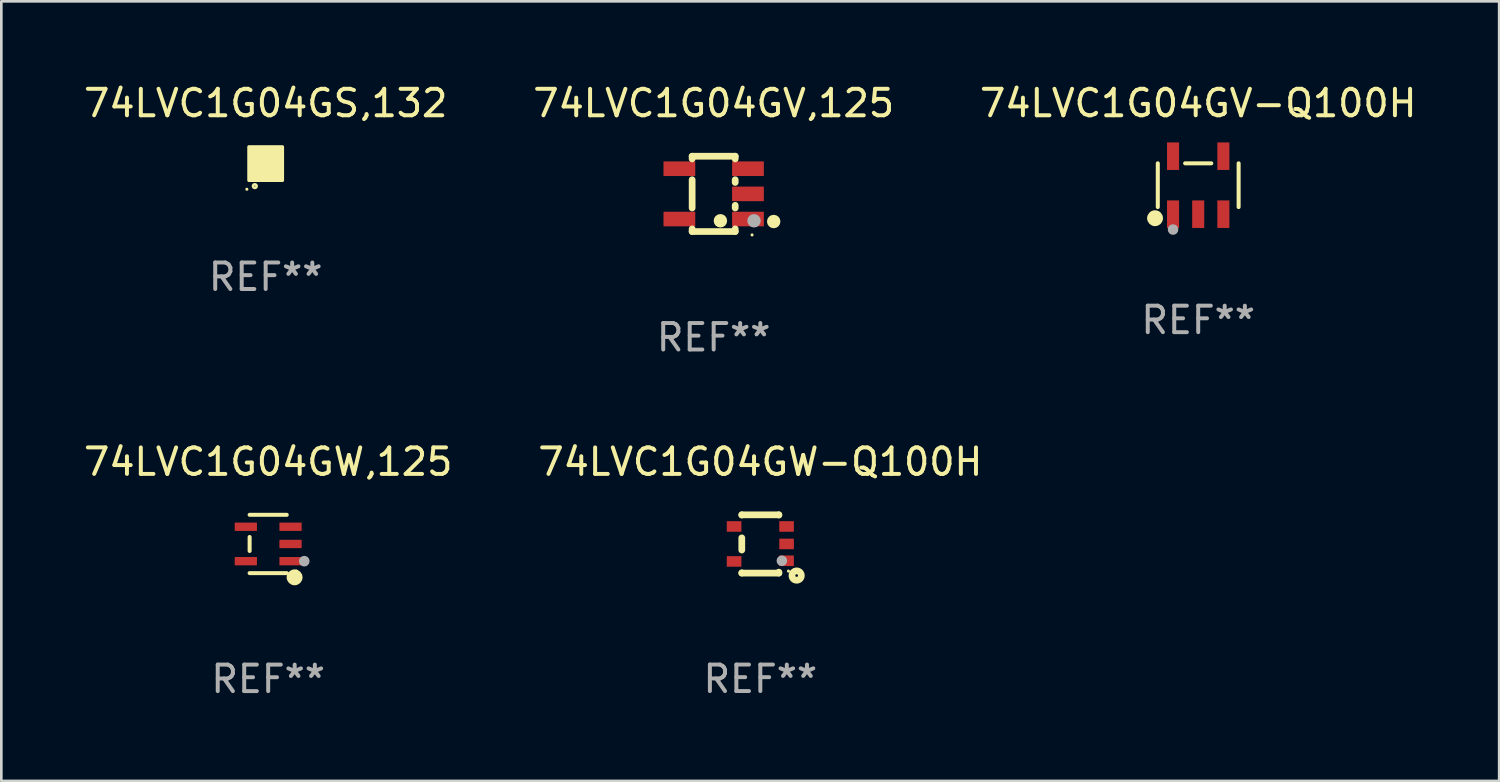
<source format=kicad_pcb>
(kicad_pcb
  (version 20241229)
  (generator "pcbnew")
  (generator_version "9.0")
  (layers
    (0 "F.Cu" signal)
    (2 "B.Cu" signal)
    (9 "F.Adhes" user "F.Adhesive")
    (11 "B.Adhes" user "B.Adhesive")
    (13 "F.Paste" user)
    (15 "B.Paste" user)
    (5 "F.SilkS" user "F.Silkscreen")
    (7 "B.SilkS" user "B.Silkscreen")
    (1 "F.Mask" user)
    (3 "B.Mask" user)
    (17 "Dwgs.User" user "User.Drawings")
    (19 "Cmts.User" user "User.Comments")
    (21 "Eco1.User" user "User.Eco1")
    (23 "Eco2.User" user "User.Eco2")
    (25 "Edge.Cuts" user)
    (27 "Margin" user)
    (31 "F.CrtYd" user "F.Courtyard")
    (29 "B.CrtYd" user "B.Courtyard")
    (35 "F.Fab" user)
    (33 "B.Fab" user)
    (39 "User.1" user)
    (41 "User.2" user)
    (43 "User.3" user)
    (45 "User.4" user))
  (footprint "74LVC1G04GV-Q100H"
    (layer "F.Cu")
    (at 42.196 3.943)
    (property "Reference" "74LVC1G04GV-Q100H" (at 0 -3.095 0) (layer "F.SilkS") (effects (font (size 1 1) (thickness 0.15))))
    (attr through_hole)
    (fp_line (start -1.526 0.826) (end -1.526 -0.826) (stroke (width 0.152) (type solid)) (layer "F.SilkS"))
    (fp_line (start 0.494 -0.826) (end -0.494 -0.826) (stroke (width 0.152) (type solid)) (layer "F.SilkS"))
    (fp_line (start 1.526 0.826) (end 1.526 -0.826) (stroke (width 0.152) (type solid)) (layer "F.SilkS"))
    (fp_circle (center -1.63 1.247) (end -1.48 1.247) (stroke (width 0.3) (type solid)) (fill no) (layer "F.SilkS"))
    (fp_circle (center -1.45 1.375) (end -1.42 1.375) (stroke (width 0.06) (type solid)) (fill no) (layer "F.SilkS"))
    (fp_circle (center -0.95 1.675) (end -0.85 1.675) (stroke (width 0.2) (type solid)) (fill no) (layer "F.Fab"))
    (fp_text user "REF**" (at 0 5.095 0) (layer "F.Fab") (effects (font (size 1 1) (thickness 0.15))))
    (pad "1" smd rect (at -0.95 1.095) (size 0.455 1.04) (layers "F.Cu" "F.Mask" "F.Paste"))
    (pad "2" smd rect (at 0 1.095) (size 0.455 1.04) (layers "F.Cu" "F.Mask" "F.Paste"))
    (pad "3" smd rect (at 0.95 1.095) (size 0.455 1.04) (layers "F.Cu" "F.Mask" "F.Paste"))
    (pad "4" smd rect (at 0.95 -1.095) (size 0.455 1.04) (layers "F.Cu" "F.Mask" "F.Paste"))
    (pad "5" smd rect (at -0.95 -1.095) (size 0.455 1.04) (layers "F.Cu" "F.Mask" "F.Paste")))
  (footprint "74LVC1G04GW-Q100H"
    (layer "F.Cu")
    (at 25.661 17.49)
    (property "Reference" "74LVC1G04GW-Q100H" (at 0 -3.1 0) (layer "F.SilkS") (effects (font (size 1 1) (thickness 0.15))))
    (attr through_hole)
    (fp_line (start -0.7 -1.1) (end 0.7 -1.1) (stroke (width 0.254) (type solid)) (layer "F.SilkS"))
    (fp_line (start -0.7 -1.09) (end -0.7 -1.1) (stroke (width 0.254) (type solid)) (layer "F.SilkS"))
    (fp_line (start -0.7 0.23) (end -0.7 -0.23) (stroke (width 0.254) (type solid)) (layer "F.SilkS"))
    (fp_line (start -0.7 1.1) (end -0.7 1.09) (stroke (width 0.254) (type solid)) (layer "F.SilkS"))
    (fp_line (start -0.7 1.1) (end 0.7 1.1) (stroke (width 0.254) (type solid)) (layer "F.SilkS"))
    (fp_line (start 0.7 -1.09) (end 0.7 -1.1) (stroke (width 0.254) (type solid)) (layer "F.SilkS"))
    (fp_line (start 0.7 1.1) (end 0.7 1.065) (stroke (width 0.254) (type solid)) (layer "F.SilkS"))
    (fp_circle (center 1.062 1.025) (end 1.092 1.025) (stroke (width 0.06) (type solid)) (fill no) (layer "F.SilkS"))
    (fp_circle (center 1.372 1.194) (end 1.422 1.194) (stroke (width 0.254) (type solid)) (fill no) (layer "F.SilkS"))
    (fp_circle (center 0.813 0.635) (end 0.913 0.635) (stroke (width 0.2) (type solid)) (fill no) (layer "F.Fab"))
    (fp_text user "REF**" (at 0 5.1 0) (layer "F.Fab") (effects (font (size 1 1) (thickness 0.15))))
    (pad "1" smd rect (at 0.991 0.635 270) (size 0.399 0.551) (layers "F.Cu" "F.Mask" "F.Paste"))
    (pad "2" smd rect (at 0.991 0.000051 270) (size 0.399 0.551) (layers "F.Cu" "F.Mask" "F.Paste"))
    (pad "3" smd rect (at 0.991 -0.66 270) (size 0.399 0.551) (layers "F.Cu" "F.Mask" "F.Paste"))
    (pad "4" smd rect (at -0.991 -0.66 270) (size 0.399 0.551) (layers "F.Cu" "F.Mask" "F.Paste"))
    (pad "5" smd rect (at -0.991 0.66 270) (size 0.399 0.551) (layers "F.Cu" "F.Mask" "F.Paste")))
  (footprint "74LVC1G04GW,125"
    (layer "F.Cu")
    (at 7.077 17.491)
    (property "Reference" "74LVC1G04GW,125" (at 0 -3.101 0) (layer "F.SilkS") (effects (font (size 1 1) (thickness 0.15))))
    (attr through_hole)
    (fp_line (start -0.701 -0.264) (end -0.701 0.264) (stroke (width 0.152) (type solid)) (layer "F.SilkS"))
    (fp_line (start 0.701 -1.101) (end -0.701 -1.101) (stroke (width 0.152) (type solid)) (layer "F.SilkS"))
    (fp_line (start 0.701 1.101) (end -0.701 1.101) (stroke (width 0.152) (type solid)) (layer "F.SilkS"))
    (fp_circle (center 0.997 1.26) (end 1.147 1.26) (stroke (width 0.3) (type solid)) (fill no) (layer "F.SilkS"))
    (fp_circle (center 1.063 1.025) (end 1.093 1.025) (stroke (width 0.06) (type solid)) (fill no) (layer "F.SilkS"))
    (fp_circle (center 1.362 0.65) (end 1.463 0.65) (stroke (width 0.2) (type solid)) (fill no) (layer "F.Fab"))
    (fp_text user "REF**" (at 0 5.101 0) (layer "F.Fab") (effects (font (size 1 1) (thickness 0.15))))
    (pad "1" smd rect (at 0.844 0.65) (size 0.839 0.315) (layers "F.Cu" "F.Mask" "F.Paste"))
    (pad "2" smd rect (at 0.844 0) (size 0.839 0.315) (layers "F.Cu" "F.Mask" "F.Paste"))
    (pad "3" smd rect (at 0.844 -0.65) (size 0.839 0.315) (layers "F.Cu" "F.Mask" "F.Paste"))
    (pad "4" smd rect (at -0.844 -0.65) (size 0.839 0.315) (layers "F.Cu" "F.Mask" "F.Paste"))
    (pad "5" smd rect (at -0.844 0.65) (size 0.839 0.315) (layers "F.Cu" "F.Mask" "F.Paste")))
  (footprint "74LVC1G04GS,132"
    (layer "F.Cu")
    (at 6.982 3.128)
    (property "Reference" "74LVC1G04GS,132" (at 0 -2.28 0) (layer "F.SilkS") (effects (font (size 1 1) (thickness 0.15))))
    (attr through_hole)
    (fp_circle (center -0.71 0.968) (end -0.68 0.968) (stroke (width 0.06) (type solid)) (fill no) (layer "F.SilkS"))
    (fp_circle (center -0.41 0.85) (end -0.342 0.85) (stroke (width 0.1) (type solid)) (fill no) (layer "F.SilkS"))
    (fp_poly (pts (xy -0.635 -0.635) (xy 0.635 -0.635) (xy 0.635 0.635) (xy -0.635 0.635)) (stroke (width 0.12) (type solid)) (fill yes) (layer "F.SilkS"))
    (fp_text user "REF**" (at 0 4.28 0) (layer "F.Fab") (effects (font (size 1 1) (thickness 0.15))))
    (pad "1" smd rect (at -0.35 0.28 90) (size 0.35 0.2) (layers "F.Cu" "F.Mask" "F.Paste"))
    (pad "2" smd rect (at 0 0.28 90) (size 0.35 0.2) (layers "F.Cu" "F.Mask" "F.Paste"))
    (pad "3" smd rect (at 0.35 0.28 90) (size 0.35 0.2) (layers "F.Cu" "F.Mask" "F.Paste"))
    (pad "4" smd rect (at 0.35 -0.28 90) (size 0.35 0.2) (layers "F.Cu" "F.Mask" "F.Paste"))
    (pad "5" smd rect (at 0 -0.28 90) (size 0.35 0.2) (layers "F.Cu" "F.Mask" "F.Paste"))
    (pad "6" smd rect (at -0.35 -0.28 90) (size 0.35 0.2) (layers "F.Cu" "F.Mask" "F.Paste")))
  (footprint "74LVC1G04GV,125"
    (layer "F.Cu")
    (at 23.899 4.271)
    (property "Reference" "74LVC1G04GV,125" (at 0 -3.422 0) (layer "F.SilkS") (effects (font (size 1 1) (thickness 0.15))))
    (attr through_hole)
    (fp_line (start -0.813 -1.422) (end 0.813 -1.422) (stroke (width 0.254) (type solid)) (layer "F.SilkS"))
    (fp_line (start -0.813 -1.321) (end -0.813 -1.422) (stroke (width 0.254) (type solid)) (layer "F.SilkS"))
    (fp_line (start -0.813 0.533) (end -0.813 -0.533) (stroke (width 0.254) (type solid)) (layer "F.SilkS"))
    (fp_line (start -0.813 1.422) (end -0.813 1.321) (stroke (width 0.254) (type solid)) (layer "F.SilkS"))
    (fp_line (start 0.813 -1.422) (end 0.813 -1.321) (stroke (width 0.254) (type solid)) (layer "F.SilkS"))
    (fp_line (start 0.813 -0.533) (end 0.813 -0.432) (stroke (width 0.254) (type solid)) (layer "F.SilkS"))
    (fp_line (start 0.813 0.432) (end 0.813 0.533) (stroke (width 0.254) (type solid)) (layer "F.SilkS"))
    (fp_line (start 0.813 1.321) (end 0.813 1.422) (stroke (width 0.254) (type solid)) (layer "F.SilkS"))
    (fp_line (start 0.813 1.422) (end -0.813 1.422) (stroke (width 0.254) (type solid)) (layer "F.SilkS"))
    (fp_circle (center 0.254 1.016) (end 0.381 1.016) (stroke (width 0.254) (type solid)) (fill no) (layer "F.SilkS"))
    (fp_circle (center 1.45 1.55) (end 1.48 1.55) (stroke (width 0.06) (type solid)) (fill no) (layer "F.SilkS"))
    (fp_circle (center 2.267 1.044) (end 2.394 1.044) (stroke (width 0.254) (type solid)) (fill no) (layer "F.SilkS"))
    (fp_circle (center 1.524 1.016) (end 1.651 1.016) (stroke (width 0.254) (type solid)) (fill no) (layer "F.Fab"))
    (fp_text user "REF**" (at 0 5.422 0) (layer "F.Fab") (effects (font (size 1 1) (thickness 0.15))))
    (pad "1" smd rect (at 1.295 0.95 90) (size 0.551 1.199) (layers "F.Cu" "F.Mask" "F.Paste"))
    (pad "2" smd rect (at 1.295 0 90) (size 0.551 1.199) (layers "F.Cu" "F.Mask" "F.Paste"))
    (pad "3" smd rect (at 1.295 -0.95 90) (size 0.551 1.199) (layers "F.Cu" "F.Mask" "F.Paste"))
    (pad "4" smd rect (at -1.295 -0.95 90) (size 0.551 1.199) (layers "F.Cu" "F.Mask" "F.Paste"))
    (pad "5" smd rect (at -1.295 0.95 90) (size 0.551 1.199) (layers "F.Cu" "F.Mask" "F.Paste")))
  (gr_rect
    (start -3 -3)
    (end 53.56 26.44)
    (stroke (width 0.1) (type default))
    (fill no)
    (layer "Edge.Cuts")))
</source>
